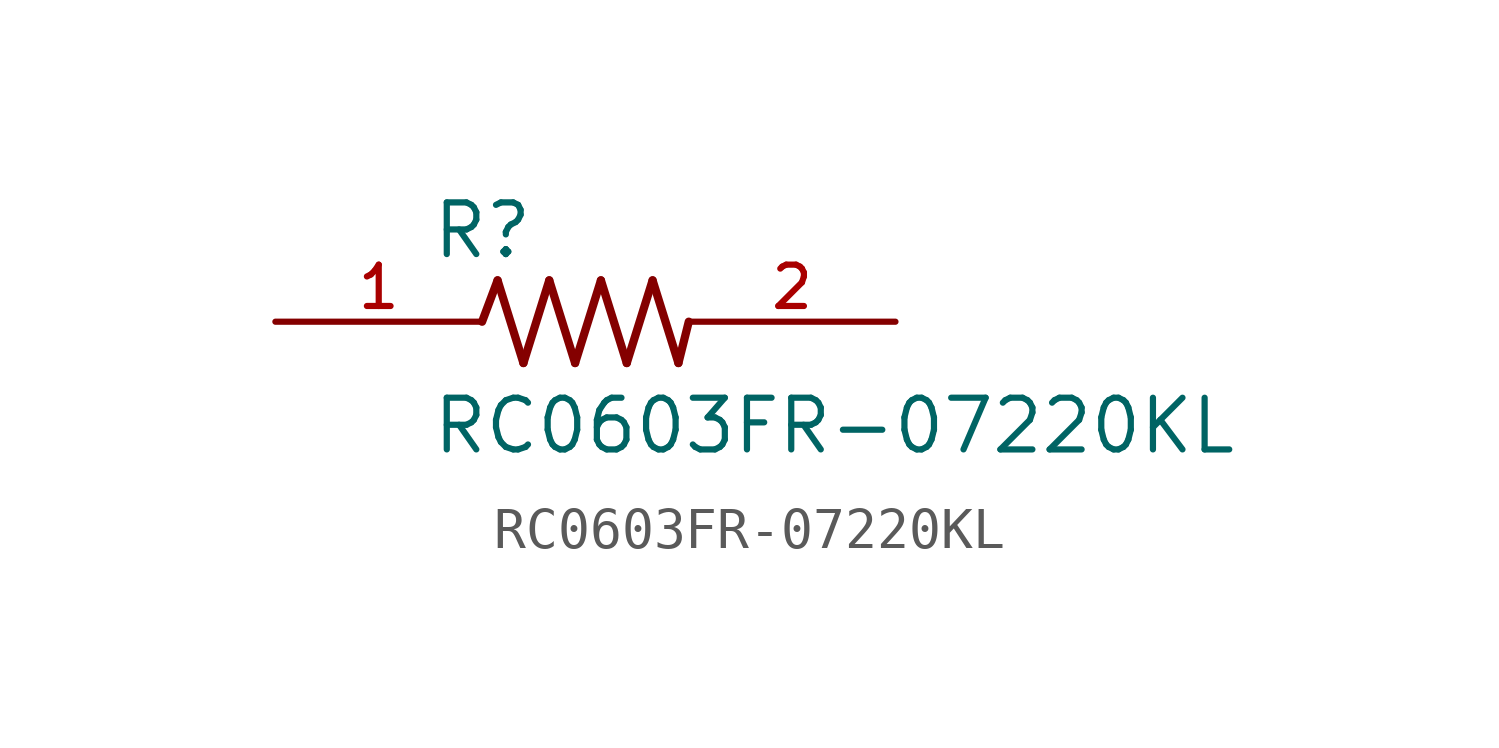
<source format=kicad_sym>
(kicad_symbol_lib
  (version 20211014)
  (generator kicad_symbol_editor)
  (symbol "RC0603FR-07220KL"
    (pin_names
      (offset 1.016))
    (property "Reference" "R"
      (at -3.81 1.499 0)
      (effects (font (size 1.27 1.27)) (justify bottom left)))
    (property "Value" "RC0603FR-07220KL"
      (at -3.81 -3.302 0)
      (effects (font (size 1.27 1.27)) (justify bottom left)))
    (symbol "RC0603FR-07220KL_0_0"
      (polyline (pts (xy -2.54 0.0) (xy -2.159 1.016)) (stroke (width 0.203)))
      (polyline (pts (xy -2.159 1.016) (xy -1.524 -1.016)) (stroke (width 0.203)))
      (polyline (pts (xy -1.524 -1.016) (xy -0.889 1.016)) (stroke (width 0.203)))
      (polyline (pts (xy -0.889 1.016) (xy -0.254 -1.016)) (stroke (width 0.203)))
      (polyline (pts (xy -0.254 -1.016) (xy 0.381 1.016)) (stroke (width 0.203)))
      (polyline (pts (xy 0.381 1.016) (xy 1.016 -1.016)) (stroke (width 0.203)))
      (polyline (pts (xy 1.016 -1.016) (xy 1.651 1.016)) (stroke (width 0.203)))
      (polyline (pts (xy 1.651 1.016) (xy 2.286 -1.016)) (stroke (width 0.203)))
      (polyline (pts (xy 2.286 -1.016) (xy 2.54 0.0)) (stroke (width 0.203)))
      (pin passive line (at 7.62 0.0 180.0) (length 5.08) (name "~" (effects (font (size 1.016 1.016)))) (number "2" (effects (font (size 1.016 1.016)))))
      (pin passive line (at -7.62 0.0 0) (length 5.08) (name "~" (effects (font (size 1.016 1.016)))) (number "1" (effects (font (size 1.016 1.016))))))))
</source>
